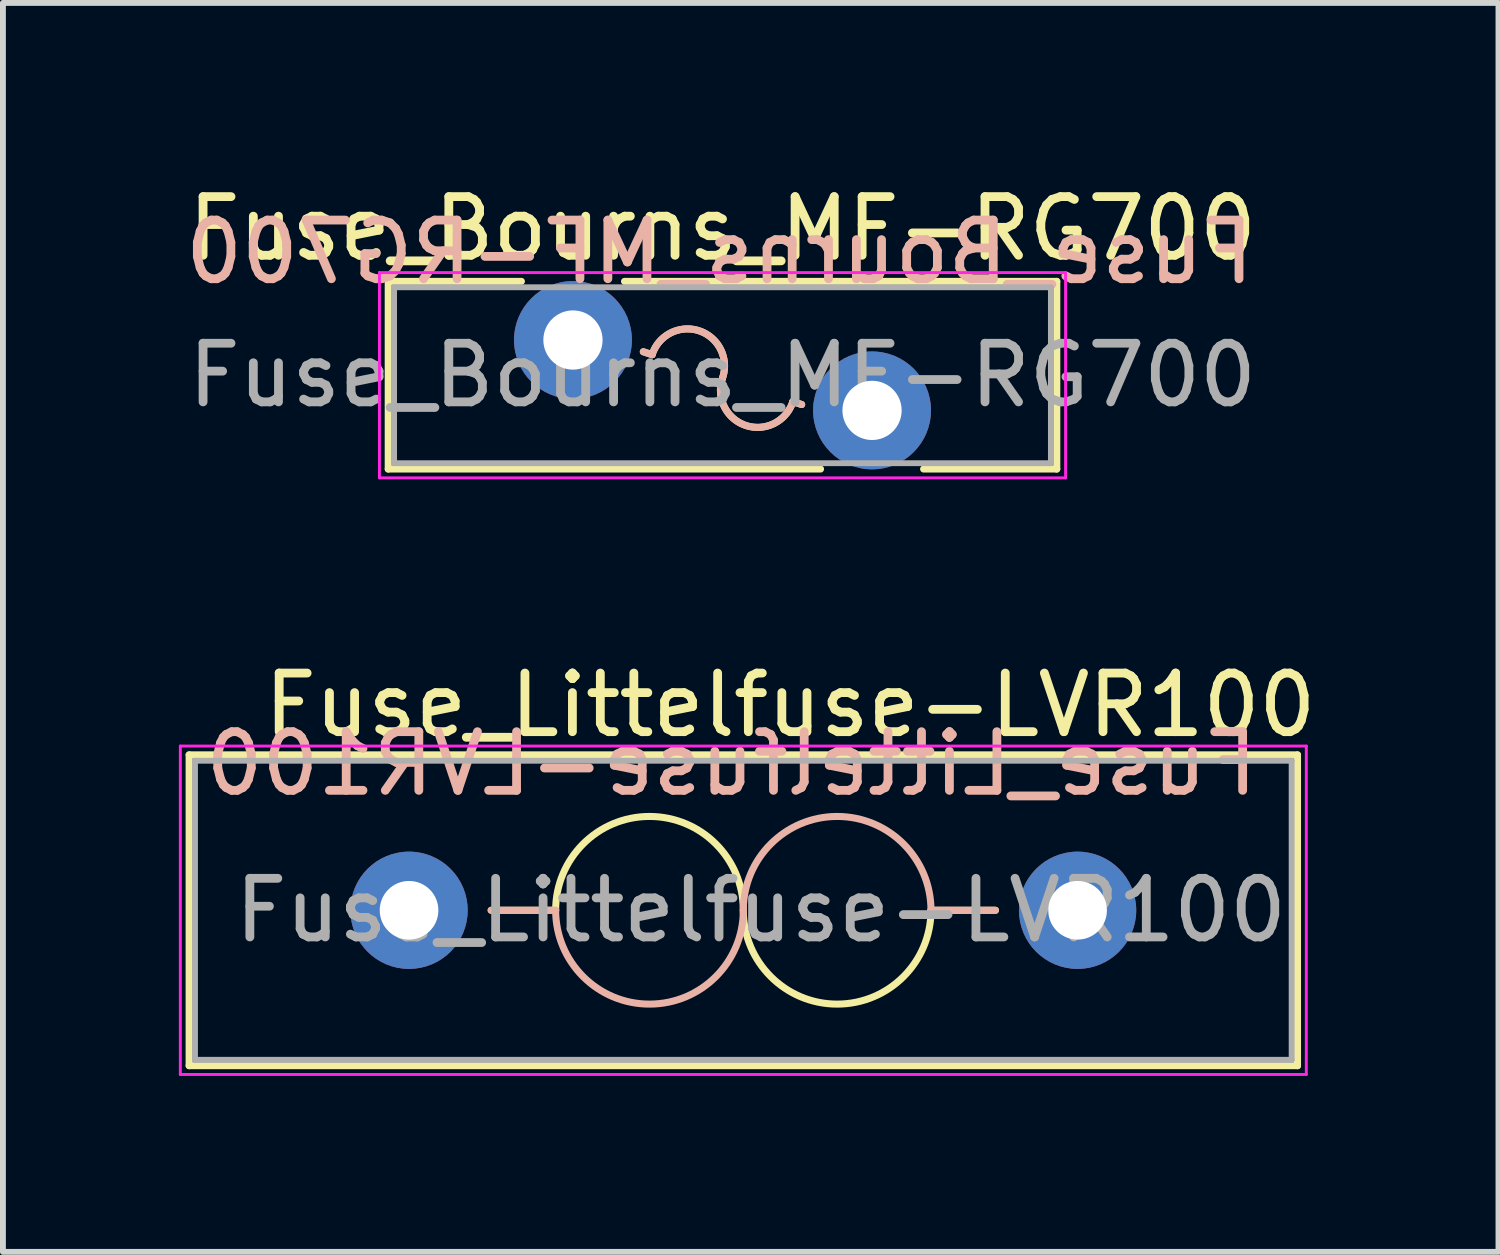
<source format=kicad_pcb>
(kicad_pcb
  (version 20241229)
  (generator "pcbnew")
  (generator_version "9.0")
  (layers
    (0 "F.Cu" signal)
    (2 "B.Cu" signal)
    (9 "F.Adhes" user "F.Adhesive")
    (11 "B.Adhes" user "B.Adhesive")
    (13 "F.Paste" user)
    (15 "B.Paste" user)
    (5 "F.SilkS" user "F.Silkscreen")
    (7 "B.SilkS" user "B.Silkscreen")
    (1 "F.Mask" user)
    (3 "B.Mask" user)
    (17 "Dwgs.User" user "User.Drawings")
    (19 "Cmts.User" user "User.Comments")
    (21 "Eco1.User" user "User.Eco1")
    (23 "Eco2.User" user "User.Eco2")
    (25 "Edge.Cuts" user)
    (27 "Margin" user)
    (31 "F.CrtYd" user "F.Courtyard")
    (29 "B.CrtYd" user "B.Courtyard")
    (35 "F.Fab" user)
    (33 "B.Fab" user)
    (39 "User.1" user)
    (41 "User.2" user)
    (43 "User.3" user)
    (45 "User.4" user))
  (footprint "Fuse_Bourns_MF-RG700"
    (layer "F.Cu")
    (at 6.72 2.748)
    (property "Reference" "Fuse_Bourns_MF-RG700" (at 2.55 -1.9 0) (layer "F.SilkS") (effects (font (size 1 1) (thickness 0.15))))
    (fp_line (start -3.15 -1) (end -3.15 2.2) (stroke (width 0.12) (type solid)) (layer "F.SilkS"))
    (fp_line (start -3.15 -1) (end -0.879 -1) (stroke (width 0.12) (type solid)) (layer "F.SilkS"))
    (fp_line (start -3.15 2.2) (end 4.222 2.2) (stroke (width 0.12) (type solid)) (layer "F.SilkS"))
    (fp_line (start 0.879 -1) (end 8.25 -1) (stroke (width 0.12) (type solid)) (layer "F.SilkS"))
    (fp_line (start 1.2 0.2) (end 1.35 0.25) (stroke (width 0.12) (type solid)) (layer "F.SilkS"))
    (fp_line (start 3.75 1.05) (end 3.9 1.1) (stroke (width 0.12) (type solid)) (layer "F.SilkS"))
    (fp_line (start 5.979 2.2) (end 8.25 2.2) (stroke (width 0.12) (type solid)) (layer "F.SilkS"))
    (fp_line (start 8.25 -1) (end 8.25 2.2) (stroke (width 0.12) (type solid)) (layer "F.SilkS"))
    (fp_arc (start 1.350003 0.250002) (mid 2.150001 -0.149998) (end 2.550001 0.65) (stroke (width 0.12) (type solid)) (layer "F.SilkS"))
    (fp_arc (start 3.749999 1.049998) (mid 2.950001 1.449998) (end 2.550001 0.65) (stroke (width 0.12) (type solid)) (layer "F.SilkS"))
    (fp_line (start 1.2 0.2) (end 1.35 0.25) (stroke (width 0.12) (type solid)) (layer "B.SilkS"))
    (fp_line (start 3.75 1.05) (end 3.9 1.1) (stroke (width 0.12) (type solid)) (layer "B.SilkS"))
    (fp_arc (start 1.350003 0.250002) (mid 2.150001 -0.149998) (end 2.550001 0.65) (stroke (width 0.12) (type solid)) (layer "B.SilkS"))
    (fp_arc (start 3.749999 1.049998) (mid 2.950001 1.449998) (end 2.550001 0.65) (stroke (width 0.12) (type solid)) (layer "B.SilkS"))
    (fp_line (start -3.3 -1.15) (end -3.3 2.35) (stroke (width 0.05) (type solid)) (layer "F.CrtYd"))
    (fp_line (start -3.3 2.35) (end 8.4 2.35) (stroke (width 0.05) (type solid)) (layer "F.CrtYd"))
    (fp_line (start 8.4 -1.15) (end -3.3 -1.15) (stroke (width 0.05) (type solid)) (layer "F.CrtYd"))
    (fp_line (start 8.4 2.35) (end 8.4 -1.15) (stroke (width 0.05) (type solid)) (layer "F.CrtYd"))
    (fp_line (start -3.05 -0.9) (end -3.05 2.1) (stroke (width 0.1) (type solid)) (layer "F.Fab"))
    (fp_line (start -3.05 2.1) (end 8.15 2.1) (stroke (width 0.1) (type solid)) (layer "F.Fab"))
    (fp_line (start 8.15 -0.9) (end -3.05 -0.9) (stroke (width 0.1) (type solid)) (layer "F.Fab"))
    (fp_line (start 8.15 2.1) (end 8.15 -0.9) (stroke (width 0.1) (type solid)) (layer "F.Fab"))
    (fp_text user "${REFERENCE}" (at 2.5 -1.5 0) (layer "B.SilkS") (effects (font (size 1 1) (thickness 0.15)) (justify mirror)))
    (fp_text user "${REFERENCE}" (at 2.55 0.6 0) (layer "F.Fab") (effects (font (size 1 1) (thickness 0.15))))
    (pad "1" thru_hole circle (at 0 0) (size 2.01 2.01) (drill 1.01) (layers "*.Cu" "*.Mask"))
    (pad "2" thru_hole circle (at 5.1 1.2) (size 2.01 2.01) (drill 1.01) (layers "*.Cu" "*.Mask")))
  (footprint "Fuse_Littelfuse-LVR100"
    (layer "F.Cu")
    (at 3.925 12.472)
    (property "Reference" "Fuse_Littelfuse-LVR100" (at 6.5 -3.5 0) (layer "F.SilkS") (effects (font (size 1 1) (thickness 0.15))))
    (fp_line (start -3.75 -2.65) (end -3.75 2.65) (stroke (width 0.12) (type solid)) (layer "F.SilkS"))
    (fp_line (start -3.75 -2.65) (end 15.15 -2.65) (stroke (width 0.12) (type solid)) (layer "F.SilkS"))
    (fp_line (start 1.4 0) (end 2.5 0) (stroke (width 0.12) (type solid)) (layer "F.SilkS"))
    (fp_line (start 8.9 0) (end 10 0) (stroke (width 0.12) (type solid)) (layer "F.SilkS"))
    (fp_line (start 15.15 2.65) (end -3.75 2.65) (stroke (width 0.12) (type solid)) (layer "F.SilkS"))
    (fp_line (start 15.15 2.65) (end 15.15 -2.65) (stroke (width 0.12) (type solid)) (layer "F.SilkS"))
    (fp_arc (start 2.5 0) (mid 4.1 -1.6) (end 5.7 0) (stroke (width 0.12) (type solid)) (layer "F.SilkS"))
    (fp_arc (start 8.9 0) (mid 7.3 1.6) (end 5.7 0) (stroke (width 0.12) (type solid)) (layer "F.SilkS"))
    (fp_line (start 2.5 0) (end 1.4 0) (stroke (width 0.12) (type solid)) (layer "B.SilkS"))
    (fp_line (start 10 0) (end 8.9 0) (stroke (width 0.12) (type solid)) (layer "B.SilkS"))
    (fp_arc (start 5.7 0) (mid 4.1 1.6) (end 2.5 0) (stroke (width 0.12) (type solid)) (layer "B.SilkS"))
    (fp_arc (start 5.7 0) (mid 7.3 -1.6) (end 8.9 0) (stroke (width 0.12) (type solid)) (layer "B.SilkS"))
    (fp_line (start -3.9 -2.8) (end -3.9 2.8) (stroke (width 0.05) (type solid)) (layer "F.CrtYd"))
    (fp_line (start -3.9 -2.8) (end 15.3 -2.8) (stroke (width 0.05) (type solid)) (layer "F.CrtYd"))
    (fp_line (start 15.3 2.8) (end -3.9 2.8) (stroke (width 0.05) (type solid)) (layer "F.CrtYd"))
    (fp_line (start 15.3 2.8) (end 15.3 -2.8) (stroke (width 0.05) (type solid)) (layer "F.CrtYd"))
    (fp_line (start -3.65 -2.55) (end -3.65 2.55) (stroke (width 0.1) (type solid)) (layer "F.Fab"))
    (fp_line (start -3.65 2.55) (end 15.05 2.55) (stroke (width 0.1) (type solid)) (layer "F.Fab"))
    (fp_line (start 15.05 -2.55) (end -3.65 -2.55) (stroke (width 0.1) (type solid)) (layer "F.Fab"))
    (fp_line (start 15.05 2.55) (end 15.05 -2.55) (stroke (width 0.1) (type solid)) (layer "F.Fab"))
    (fp_text user "${REFERENCE}" (at 5.5 -2.5 0) (layer "B.SilkS") (effects (font (size 1 1) (thickness 0.15)) (justify mirror)))
    (fp_text user "${REFERENCE}" (at 6 0 0) (layer "F.Fab") (effects (font (size 1 1) (thickness 0.15))))
    (pad "1" thru_hole circle (at 0 0) (size 2 2) (drill 1) (layers "*.Cu" "*.Mask"))
    (pad "2" thru_hole circle (at 11.4 0) (size 2 2) (drill 1) (layers "*.Cu" "*.Mask")))
  (gr_rect
    (start -3 -3)
    (end 22.502 18.297)
    (stroke (width 0.1) (type default))
    (fill no)
    (layer "Edge.Cuts")))
</source>
